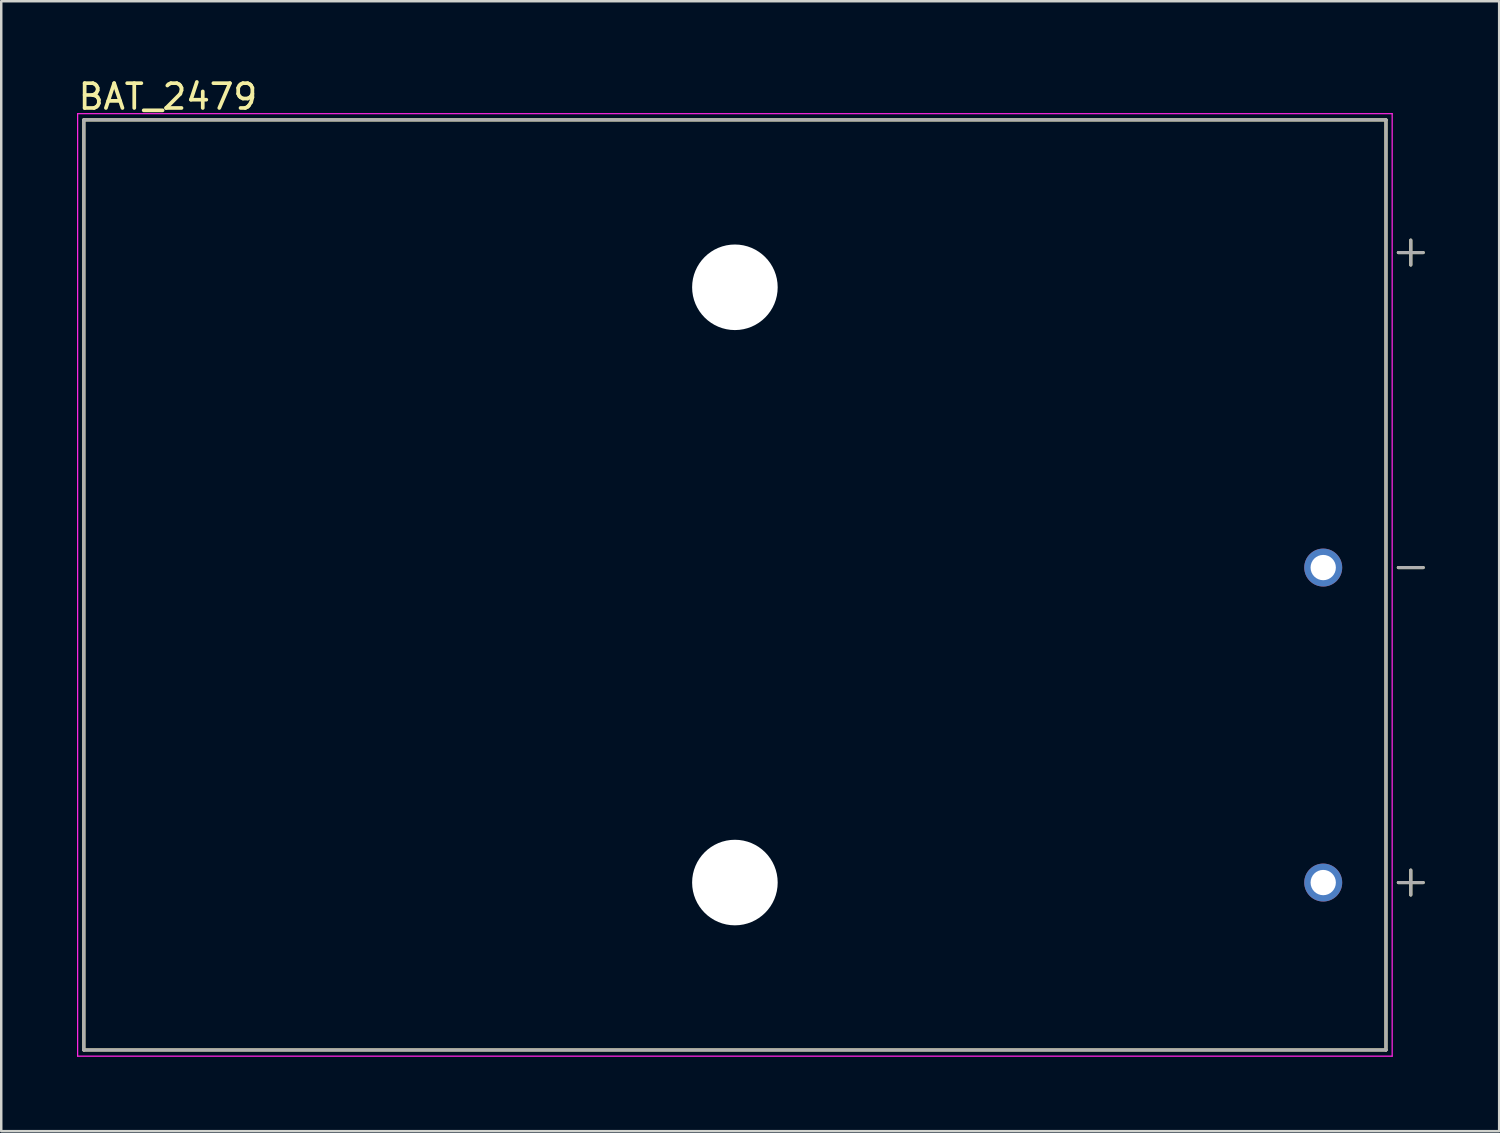
<source format=kicad_pcb>
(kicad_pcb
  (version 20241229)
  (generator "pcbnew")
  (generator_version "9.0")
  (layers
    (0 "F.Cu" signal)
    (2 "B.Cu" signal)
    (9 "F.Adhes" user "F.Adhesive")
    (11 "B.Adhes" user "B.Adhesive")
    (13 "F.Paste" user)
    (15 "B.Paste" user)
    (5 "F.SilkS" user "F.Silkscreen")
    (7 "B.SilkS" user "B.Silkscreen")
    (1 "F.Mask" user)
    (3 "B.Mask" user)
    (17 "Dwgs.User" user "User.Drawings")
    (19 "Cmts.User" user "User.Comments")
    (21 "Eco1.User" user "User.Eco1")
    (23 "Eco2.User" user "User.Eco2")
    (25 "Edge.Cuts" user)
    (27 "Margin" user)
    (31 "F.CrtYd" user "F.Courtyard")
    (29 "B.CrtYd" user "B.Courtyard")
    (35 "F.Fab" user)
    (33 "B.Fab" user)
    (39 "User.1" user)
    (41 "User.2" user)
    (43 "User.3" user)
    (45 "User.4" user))
  (footprint "BAT_2479"
    (layer "F.Cu")
    (at 26.58 20.533)
    (property "Reference" "BAT_2479" (at -22.86 -19.685 0) (layer "F.SilkS") (effects (font (size 1 1) (thickness 0.15))))
    (attr through_hole)
    (fp_line (start -26.25 -18.75) (end 26.25 -18.75) (stroke (width 0.127) (type solid)) (layer "F.SilkS"))
    (fp_line (start -26.25 18.75) (end -26.25 -18.75) (stroke (width 0.127) (type solid)) (layer "F.SilkS"))
    (fp_line (start 26.25 -18.75) (end 26.25 18.75) (stroke (width 0.127) (type solid)) (layer "F.SilkS"))
    (fp_line (start 26.25 18.75) (end -26.25 18.75) (stroke (width 0.127) (type solid)) (layer "F.SilkS"))
    (fp_line (start 26.75 -13.4) (end 27.75 -13.4) (stroke (width 0.127) (type solid)) (layer "F.SilkS"))
    (fp_line (start 26.75 -0.7) (end 27.75 -0.7) (stroke (width 0.127) (type solid)) (layer "F.SilkS"))
    (fp_line (start 26.75 12) (end 27.75 12) (stroke (width 0.127) (type solid)) (layer "F.SilkS"))
    (fp_line (start 27.25 -13.9) (end 27.25 -12.9) (stroke (width 0.127) (type solid)) (layer "F.SilkS"))
    (fp_line (start 27.25 11.5) (end 27.25 12.5) (stroke (width 0.127) (type solid)) (layer "F.SilkS"))
    (fp_line (start -26.5 -19) (end 26.5 -19) (stroke (width 0.05) (type solid)) (layer "F.CrtYd"))
    (fp_line (start -26.5 19) (end -26.5 -19) (stroke (width 0.05) (type solid)) (layer "F.CrtYd"))
    (fp_line (start 26.5 -19) (end 26.5 19) (stroke (width 0.05) (type solid)) (layer "F.CrtYd"))
    (fp_line (start 26.5 19) (end -26.5 19) (stroke (width 0.05) (type solid)) (layer "F.CrtYd"))
    (fp_line (start -26.25 -18.75) (end 26.25 -18.75) (stroke (width 0.127) (type solid)) (layer "F.Fab"))
    (fp_line (start -26.25 18.75) (end -26.25 -18.75) (stroke (width 0.127) (type solid)) (layer "F.Fab"))
    (fp_line (start 26.25 -18.75) (end 26.25 18.75) (stroke (width 0.127) (type solid)) (layer "F.Fab"))
    (fp_line (start 26.25 18.75) (end -26.25 18.75) (stroke (width 0.127) (type solid)) (layer "F.Fab"))
    (fp_line (start 26.75 -13.4) (end 27.75 -13.4) (stroke (width 0.127) (type solid)) (layer "F.Fab"))
    (fp_line (start 26.75 -0.7) (end 27.75 -0.7) (stroke (width 0.127) (type solid)) (layer "F.Fab"))
    (fp_line (start 26.75 12) (end 27.75 12) (stroke (width 0.127) (type solid)) (layer "F.Fab"))
    (fp_line (start 27.25 -13.9) (end 27.25 -12.9) (stroke (width 0.127) (type solid)) (layer "F.Fab"))
    (fp_line (start 27.25 11.5) (end 27.25 12.5) (stroke (width 0.127) (type solid)) (layer "F.Fab"))
    (pad "" np_thru_hole circle (at 0 -12) (size 3.45 3.45) (drill 3.45) (layers "*.Cu" "*.Mask"))
    (pad "" np_thru_hole circle (at 0 12) (size 3.45 3.45) (drill 3.45) (layers "*.Cu" "*.Mask"))
    (pad "N" thru_hole circle (at 23.72 -0.7) (size 1.53 1.53) (drill 1.02) (layers "*.Cu" "*.Mask"))
    (pad "P" thru_hole circle (at 23.72 12) (size 1.53 1.53) (drill 1.02) (layers "*.Cu" "*.Mask")))
  (gr_rect
    (start -3 -3)
    (end 57.394 42.558)
    (stroke (width 0.1) (type default))
    (fill no)
    (layer "Edge.Cuts")))
</source>
